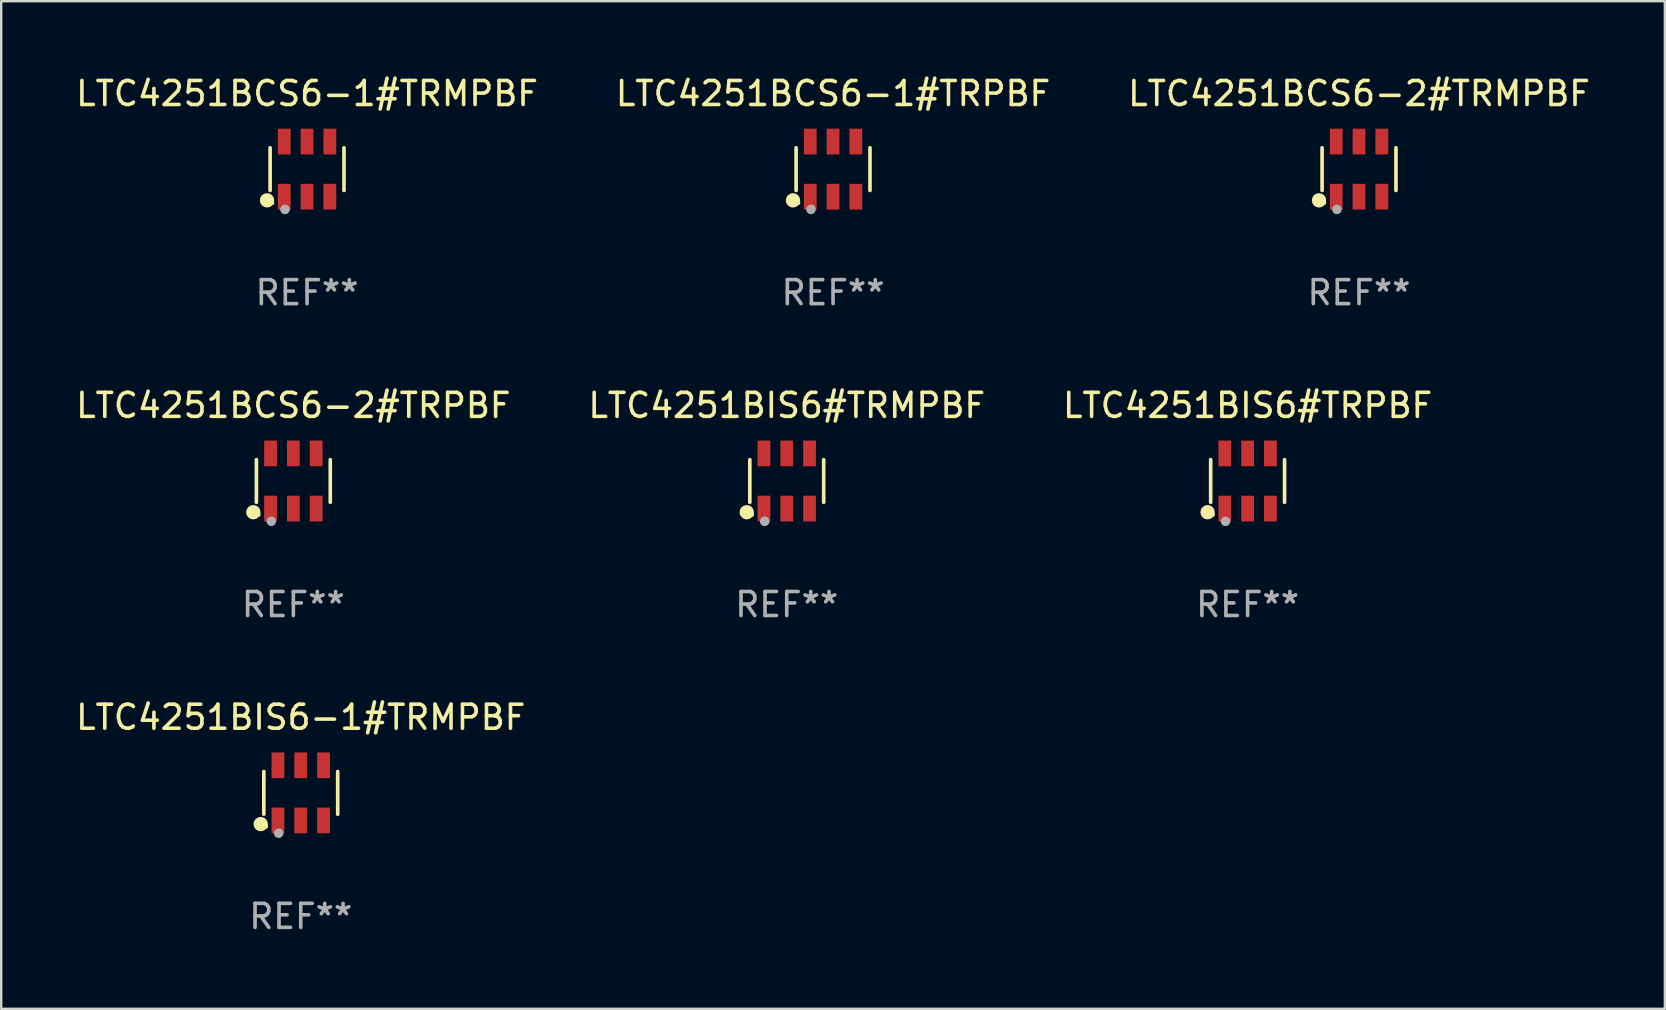
<source format=kicad_pcb>
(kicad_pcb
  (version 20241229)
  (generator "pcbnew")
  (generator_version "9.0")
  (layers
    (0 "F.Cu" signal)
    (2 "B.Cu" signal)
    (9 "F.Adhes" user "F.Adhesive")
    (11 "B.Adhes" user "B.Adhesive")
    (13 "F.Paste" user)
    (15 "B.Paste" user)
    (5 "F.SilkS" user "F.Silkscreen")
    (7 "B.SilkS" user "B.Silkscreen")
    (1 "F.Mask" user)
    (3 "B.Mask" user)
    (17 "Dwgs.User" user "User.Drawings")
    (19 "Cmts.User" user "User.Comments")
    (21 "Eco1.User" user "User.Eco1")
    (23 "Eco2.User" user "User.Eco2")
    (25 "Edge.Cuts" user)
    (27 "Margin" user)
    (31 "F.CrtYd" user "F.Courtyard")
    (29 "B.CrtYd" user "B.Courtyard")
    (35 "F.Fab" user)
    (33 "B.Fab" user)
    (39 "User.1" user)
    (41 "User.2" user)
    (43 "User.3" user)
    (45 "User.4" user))
  (footprint "LTC4251BIS6#TRMPBF"
    (layer "F.Cu")
    (at 29.732 16.992)
    (property "Reference" "LTC4251BIS6#TRMPBF" (at 0 -3.149 0) (layer "F.SilkS") (effects (font (size 1 1) (thickness 0.15))))
    (attr through_hole)
    (fp_line (start -1.539 0.889) (end -1.539 -0.889) (stroke (width 0.152) (type solid)) (layer "F.SilkS"))
    (fp_line (start 1.539 0.889) (end 1.539 -0.889) (stroke (width 0.152) (type solid)) (layer "F.SilkS"))
    (fp_circle (center -1.668 1.301) (end -1.518 1.301) (stroke (width 0.3) (type solid)) (fill no) (layer "F.SilkS"))
    (fp_circle (center -1.463 1.4) (end -1.413 1.4) (stroke (width 0.1) (type solid)) (fill no) (layer "F.SilkS"))
    (fp_circle (center -0.92 1.68) (end -0.82 1.68) (stroke (width 0.2) (type solid)) (fill no) (layer "F.Fab"))
    (fp_text user "REF**" (at 0 5.149 0) (layer "F.Fab") (effects (font (size 1 1) (thickness 0.15))))
    (pad "1" smd rect (at -0.95 1.149) (size 0.532 1.072) (layers "F.Cu" "F.Mask" "F.Paste"))
    (pad "2" smd rect (at 0 1.149) (size 0.532 1.072) (layers "F.Cu" "F.Mask" "F.Paste"))
    (pad "3" smd rect (at 0.95 1.149) (size 0.532 1.072) (layers "F.Cu" "F.Mask" "F.Paste"))
    (pad "4" smd rect (at 0.95 -1.149) (size 0.532 1.072) (layers "F.Cu" "F.Mask" "F.Paste"))
    (pad "5" smd rect (at 0 -1.149) (size 0.532 1.072) (layers "F.Cu" "F.Mask" "F.Paste"))
    (pad "6" smd rect (at -0.95 -1.149) (size 0.532 1.072) (layers "F.Cu" "F.Mask" "F.Paste")))
  (footprint "LTC4251BCS6-2#TRPBF"
    (layer "F.Cu")
    (at 9.173 16.992)
    (property "Reference" "LTC4251BCS6-2#TRPBF" (at 0 -3.149 0) (layer "F.SilkS") (effects (font (size 1 1) (thickness 0.15))))
    (attr through_hole)
    (fp_line (start -1.539 0.889) (end -1.539 -0.889) (stroke (width 0.152) (type solid)) (layer "F.SilkS"))
    (fp_line (start 1.539 0.889) (end 1.539 -0.889) (stroke (width 0.152) (type solid)) (layer "F.SilkS"))
    (fp_circle (center -1.668 1.301) (end -1.518 1.301) (stroke (width 0.3) (type solid)) (fill no) (layer "F.SilkS"))
    (fp_circle (center -1.463 1.4) (end -1.413 1.4) (stroke (width 0.1) (type solid)) (fill no) (layer "F.SilkS"))
    (fp_circle (center -0.92 1.68) (end -0.82 1.68) (stroke (width 0.2) (type solid)) (fill no) (layer "F.Fab"))
    (fp_text user "REF**" (at 0 5.149 0) (layer "F.Fab") (effects (font (size 1 1) (thickness 0.15))))
    (pad "1" smd rect (at -0.95 1.149) (size 0.532 1.072) (layers "F.Cu" "F.Mask" "F.Paste"))
    (pad "2" smd rect (at 0 1.149) (size 0.532 1.072) (layers "F.Cu" "F.Mask" "F.Paste"))
    (pad "3" smd rect (at 0.95 1.149) (size 0.532 1.072) (layers "F.Cu" "F.Mask" "F.Paste"))
    (pad "4" smd rect (at 0.95 -1.149) (size 0.532 1.072) (layers "F.Cu" "F.Mask" "F.Paste"))
    (pad "5" smd rect (at 0 -1.149) (size 0.532 1.072) (layers "F.Cu" "F.Mask" "F.Paste"))
    (pad "6" smd rect (at -0.95 -1.149) (size 0.532 1.072) (layers "F.Cu" "F.Mask" "F.Paste")))
  (footprint "LTC4251BCS6-2#TRMPBF"
    (layer "F.Cu")
    (at 53.577 3.997)
    (property "Reference" "LTC4251BCS6-2#TRMPBF" (at 0 -3.149 0) (layer "F.SilkS") (effects (font (size 1 1) (thickness 0.15))))
    (attr through_hole)
    (fp_line (start -1.539 0.889) (end -1.539 -0.889) (stroke (width 0.152) (type solid)) (layer "F.SilkS"))
    (fp_line (start 1.539 0.889) (end 1.539 -0.889) (stroke (width 0.152) (type solid)) (layer "F.SilkS"))
    (fp_circle (center -1.668 1.301) (end -1.518 1.301) (stroke (width 0.3) (type solid)) (fill no) (layer "F.SilkS"))
    (fp_circle (center -1.463 1.4) (end -1.413 1.4) (stroke (width 0.1) (type solid)) (fill no) (layer "F.SilkS"))
    (fp_circle (center -0.92 1.68) (end -0.82 1.68) (stroke (width 0.2) (type solid)) (fill no) (layer "F.Fab"))
    (fp_text user "REF**" (at 0 5.149 0) (layer "F.Fab") (effects (font (size 1 1) (thickness 0.15))))
    (pad "1" smd rect (at -0.95 1.149) (size 0.532 1.072) (layers "F.Cu" "F.Mask" "F.Paste"))
    (pad "2" smd rect (at 0 1.149) (size 0.532 1.072) (layers "F.Cu" "F.Mask" "F.Paste"))
    (pad "3" smd rect (at 0.95 1.149) (size 0.532 1.072) (layers "F.Cu" "F.Mask" "F.Paste"))
    (pad "4" smd rect (at 0.95 -1.149) (size 0.532 1.072) (layers "F.Cu" "F.Mask" "F.Paste"))
    (pad "5" smd rect (at 0 -1.149) (size 0.532 1.072) (layers "F.Cu" "F.Mask" "F.Paste"))
    (pad "6" smd rect (at -0.95 -1.149) (size 0.532 1.072) (layers "F.Cu" "F.Mask" "F.Paste")))
  (footprint "LTC4251BIS6-1#TRMPBF"
    (layer "F.Cu")
    (at 9.482 29.987)
    (property "Reference" "LTC4251BIS6-1#TRMPBF" (at 0 -3.149 0) (layer "F.SilkS") (effects (font (size 1 1) (thickness 0.15))))
    (attr through_hole)
    (fp_line (start -1.539 0.889) (end -1.539 -0.889) (stroke (width 0.152) (type solid)) (layer "F.SilkS"))
    (fp_line (start 1.539 0.889) (end 1.539 -0.889) (stroke (width 0.152) (type solid)) (layer "F.SilkS"))
    (fp_circle (center -1.668 1.301) (end -1.518 1.301) (stroke (width 0.3) (type solid)) (fill no) (layer "F.SilkS"))
    (fp_circle (center -1.463 1.4) (end -1.413 1.4) (stroke (width 0.1) (type solid)) (fill no) (layer "F.SilkS"))
    (fp_circle (center -0.92 1.68) (end -0.82 1.68) (stroke (width 0.2) (type solid)) (fill no) (layer "F.Fab"))
    (fp_text user "REF**" (at 0 5.149 0) (layer "F.Fab") (effects (font (size 1 1) (thickness 0.15))))
    (pad "1" smd rect (at -0.95 1.149) (size 0.532 1.072) (layers "F.Cu" "F.Mask" "F.Paste"))
    (pad "2" smd rect (at 0 1.149) (size 0.532 1.072) (layers "F.Cu" "F.Mask" "F.Paste"))
    (pad "3" smd rect (at 0.95 1.149) (size 0.532 1.072) (layers "F.Cu" "F.Mask" "F.Paste"))
    (pad "4" smd rect (at 0.95 -1.149) (size 0.532 1.072) (layers "F.Cu" "F.Mask" "F.Paste"))
    (pad "5" smd rect (at 0 -1.149) (size 0.532 1.072) (layers "F.Cu" "F.Mask" "F.Paste"))
    (pad "6" smd rect (at -0.95 -1.149) (size 0.532 1.072) (layers "F.Cu" "F.Mask" "F.Paste")))
  (footprint "LTC4251BIS6#TRPBF"
    (layer "F.Cu")
    (at 48.935 16.992)
    (property "Reference" "LTC4251BIS6#TRPBF" (at 0 -3.149 0) (layer "F.SilkS") (effects (font (size 1 1) (thickness 0.15))))
    (attr through_hole)
    (fp_line (start -1.539 0.889) (end -1.539 -0.889) (stroke (width 0.152) (type solid)) (layer "F.SilkS"))
    (fp_line (start 1.539 0.889) (end 1.539 -0.889) (stroke (width 0.152) (type solid)) (layer "F.SilkS"))
    (fp_circle (center -1.668 1.301) (end -1.518 1.301) (stroke (width 0.3) (type solid)) (fill no) (layer "F.SilkS"))
    (fp_circle (center -1.463 1.4) (end -1.413 1.4) (stroke (width 0.1) (type solid)) (fill no) (layer "F.SilkS"))
    (fp_circle (center -0.92 1.68) (end -0.82 1.68) (stroke (width 0.2) (type solid)) (fill no) (layer "F.Fab"))
    (fp_text user "REF**" (at 0 5.149 0) (layer "F.Fab") (effects (font (size 1 1) (thickness 0.15))))
    (pad "1" smd rect (at -0.95 1.149) (size 0.532 1.072) (layers "F.Cu" "F.Mask" "F.Paste"))
    (pad "2" smd rect (at 0 1.149) (size 0.532 1.072) (layers "F.Cu" "F.Mask" "F.Paste"))
    (pad "3" smd rect (at 0.95 1.149) (size 0.532 1.072) (layers "F.Cu" "F.Mask" "F.Paste"))
    (pad "4" smd rect (at 0.95 -1.149) (size 0.532 1.072) (layers "F.Cu" "F.Mask" "F.Paste"))
    (pad "5" smd rect (at 0 -1.149) (size 0.532 1.072) (layers "F.Cu" "F.Mask" "F.Paste"))
    (pad "6" smd rect (at -0.95 -1.149) (size 0.532 1.072) (layers "F.Cu" "F.Mask" "F.Paste")))
  (footprint "LTC4251BCS6-1#TRPBF"
    (layer "F.Cu")
    (at 31.661 3.997)
    (property "Reference" "LTC4251BCS6-1#TRPBF" (at 0 -3.149 0) (layer "F.SilkS") (effects (font (size 1 1) (thickness 0.15))))
    (attr through_hole)
    (fp_line (start -1.539 0.889) (end -1.539 -0.889) (stroke (width 0.152) (type solid)) (layer "F.SilkS"))
    (fp_line (start 1.539 0.889) (end 1.539 -0.889) (stroke (width 0.152) (type solid)) (layer "F.SilkS"))
    (fp_circle (center -1.668 1.301) (end -1.518 1.301) (stroke (width 0.3) (type solid)) (fill no) (layer "F.SilkS"))
    (fp_circle (center -1.463 1.4) (end -1.413 1.4) (stroke (width 0.1) (type solid)) (fill no) (layer "F.SilkS"))
    (fp_circle (center -0.92 1.68) (end -0.82 1.68) (stroke (width 0.2) (type solid)) (fill no) (layer "F.Fab"))
    (fp_text user "REF**" (at 0 5.149 0) (layer "F.Fab") (effects (font (size 1 1) (thickness 0.15))))
    (pad "1" smd rect (at -0.95 1.149) (size 0.532 1.072) (layers "F.Cu" "F.Mask" "F.Paste"))
    (pad "2" smd rect (at 0 1.149) (size 0.532 1.072) (layers "F.Cu" "F.Mask" "F.Paste"))
    (pad "3" smd rect (at 0.95 1.149) (size 0.532 1.072) (layers "F.Cu" "F.Mask" "F.Paste"))
    (pad "4" smd rect (at 0.95 -1.149) (size 0.532 1.072) (layers "F.Cu" "F.Mask" "F.Paste"))
    (pad "5" smd rect (at 0 -1.149) (size 0.532 1.072) (layers "F.Cu" "F.Mask" "F.Paste"))
    (pad "6" smd rect (at -0.95 -1.149) (size 0.532 1.072) (layers "F.Cu" "F.Mask" "F.Paste")))
  (footprint "LTC4251BCS6-1#TRMPBF"
    (layer "F.Cu")
    (at 9.744 3.997)
    (property "Reference" "LTC4251BCS6-1#TRMPBF" (at 0 -3.149 0) (layer "F.SilkS") (effects (font (size 1 1) (thickness 0.15))))
    (attr through_hole)
    (fp_line (start -1.539 0.889) (end -1.539 -0.889) (stroke (width 0.152) (type solid)) (layer "F.SilkS"))
    (fp_line (start 1.539 0.889) (end 1.539 -0.889) (stroke (width 0.152) (type solid)) (layer "F.SilkS"))
    (fp_circle (center -1.668 1.301) (end -1.518 1.301) (stroke (width 0.3) (type solid)) (fill no) (layer "F.SilkS"))
    (fp_circle (center -1.463 1.4) (end -1.413 1.4) (stroke (width 0.1) (type solid)) (fill no) (layer "F.SilkS"))
    (fp_circle (center -0.92 1.68) (end -0.82 1.68) (stroke (width 0.2) (type solid)) (fill no) (layer "F.Fab"))
    (fp_text user "REF**" (at 0 5.149 0) (layer "F.Fab") (effects (font (size 1 1) (thickness 0.15))))
    (pad "1" smd rect (at -0.95 1.149) (size 0.532 1.072) (layers "F.Cu" "F.Mask" "F.Paste"))
    (pad "2" smd rect (at 0 1.149) (size 0.532 1.072) (layers "F.Cu" "F.Mask" "F.Paste"))
    (pad "3" smd rect (at 0.95 1.149) (size 0.532 1.072) (layers "F.Cu" "F.Mask" "F.Paste"))
    (pad "4" smd rect (at 0.95 -1.149) (size 0.532 1.072) (layers "F.Cu" "F.Mask" "F.Paste"))
    (pad "5" smd rect (at 0 -1.149) (size 0.532 1.072) (layers "F.Cu" "F.Mask" "F.Paste"))
    (pad "6" smd rect (at -0.95 -1.149) (size 0.532 1.072) (layers "F.Cu" "F.Mask" "F.Paste")))
  (gr_rect
    (start -3 -3)
    (end 66.321 38.984)
    (stroke (width 0.1) (type default))
    (fill no)
    (layer "Edge.Cuts")))
</source>
